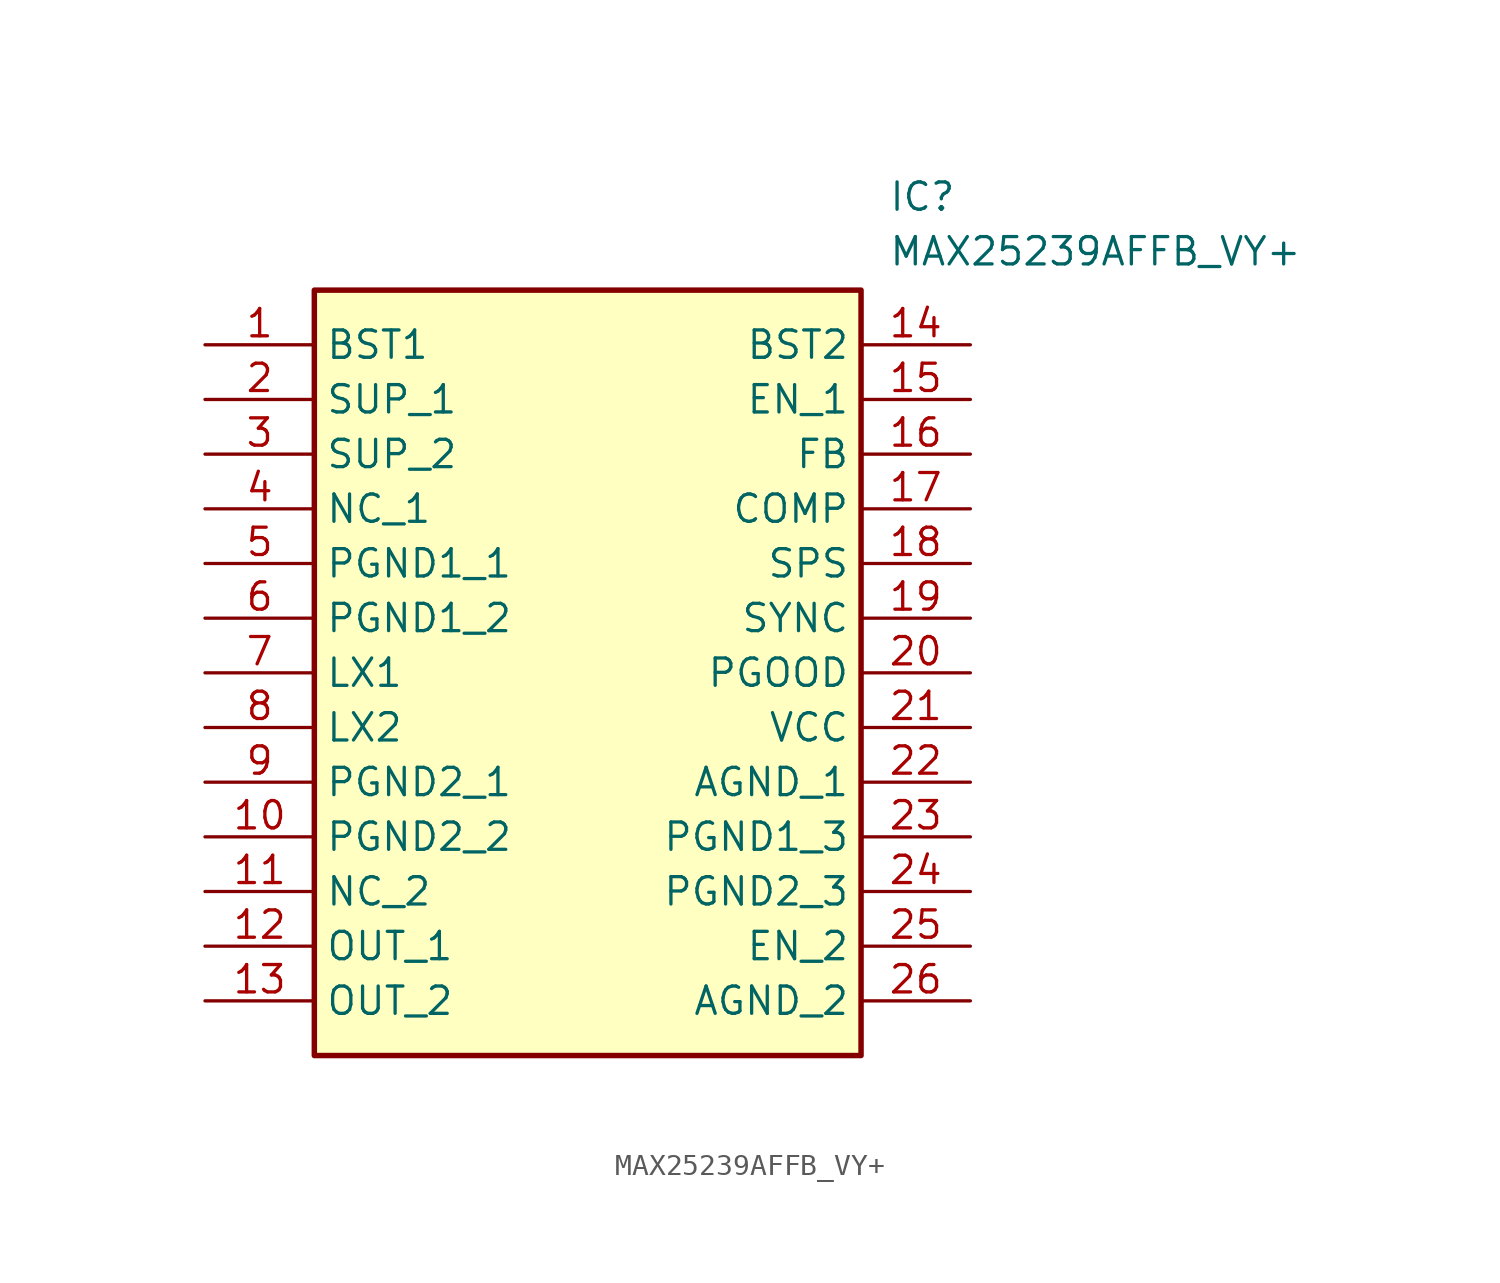
<source format=kicad_sym>
(kicad_symbol_lib
  (version 20211014)
  (generator SamacSys_ECAD_Model)
  (symbol "MAX25239AFFB_VY+"
    (property "Reference" "IC"
      (at 31.75 7.62 0)
      (effects (font (size 1.27 1.27)) (justify left top)))
    (property "Value" "MAX25239AFFB_VY+"
      (at 31.75 5.08 0)
      (effects (font (size 1.27 1.27)) (justify left top)))
    (rectangle
      (start 5.08 2.54)
      (end 30.48 -33.02)
      (stroke (width 0.254) (type default))
      (fill (type background)))
    (pin passive line
      (at 0 0 0)
      (length 5.08)
      (name "BST1" (effects (font (size 1.27 1.27))))
      (number "1" (effects (font (size 1.27 1.27)))))
    (pin passive line
      (at 0 -2.54 0)
      (length 5.08)
      (name "SUP_1" (effects (font (size 1.27 1.27))))
      (number "2" (effects (font (size 1.27 1.27)))))
    (pin passive line
      (at 0 -5.08 0)
      (length 5.08)
      (name "SUP_2" (effects (font (size 1.27 1.27))))
      (number "3" (effects (font (size 1.27 1.27)))))
    (pin passive line
      (at 0 -7.62 0)
      (length 5.08)
      (name "NC_1" (effects (font (size 1.27 1.27))))
      (number "4" (effects (font (size 1.27 1.27)))))
    (pin passive line
      (at 0 -10.16 0)
      (length 5.08)
      (name "PGND1_1" (effects (font (size 1.27 1.27))))
      (number "5" (effects (font (size 1.27 1.27)))))
    (pin passive line
      (at 0 -12.7 0)
      (length 5.08)
      (name "PGND1_2" (effects (font (size 1.27 1.27))))
      (number "6" (effects (font (size 1.27 1.27)))))
    (pin passive line
      (at 0 -15.24 0)
      (length 5.08)
      (name "LX1" (effects (font (size 1.27 1.27))))
      (number "7" (effects (font (size 1.27 1.27)))))
    (pin passive line
      (at 0 -17.78 0)
      (length 5.08)
      (name "LX2" (effects (font (size 1.27 1.27))))
      (number "8" (effects (font (size 1.27 1.27)))))
    (pin passive line
      (at 0 -20.32 0)
      (length 5.08)
      (name "PGND2_1" (effects (font (size 1.27 1.27))))
      (number "9" (effects (font (size 1.27 1.27)))))
    (pin passive line
      (at 0 -22.86 0)
      (length 5.08)
      (name "PGND2_2" (effects (font (size 1.27 1.27))))
      (number "10" (effects (font (size 1.27 1.27)))))
    (pin passive line
      (at 0 -25.4 0)
      (length 5.08)
      (name "NC_2" (effects (font (size 1.27 1.27))))
      (number "11" (effects (font (size 1.27 1.27)))))
    (pin passive line
      (at 0 -27.94 0)
      (length 5.08)
      (name "OUT_1" (effects (font (size 1.27 1.27))))
      (number "12" (effects (font (size 1.27 1.27)))))
    (pin passive line
      (at 0 -30.48 0)
      (length 5.08)
      (name "OUT_2" (effects (font (size 1.27 1.27))))
      (number "13" (effects (font (size 1.27 1.27)))))
    (pin passive line
      (at 35.56 0 180)
      (length 5.08)
      (name "BST2" (effects (font (size 1.27 1.27))))
      (number "14" (effects (font (size 1.27 1.27)))))
    (pin passive line
      (at 35.56 -2.54 180)
      (length 5.08)
      (name "EN_1" (effects (font (size 1.27 1.27))))
      (number "15" (effects (font (size 1.27 1.27)))))
    (pin passive line
      (at 35.56 -5.08 180)
      (length 5.08)
      (name "FB" (effects (font (size 1.27 1.27))))
      (number "16" (effects (font (size 1.27 1.27)))))
    (pin passive line
      (at 35.56 -7.62 180)
      (length 5.08)
      (name "COMP" (effects (font (size 1.27 1.27))))
      (number "17" (effects (font (size 1.27 1.27)))))
    (pin passive line
      (at 35.56 -10.16 180)
      (length 5.08)
      (name "SPS" (effects (font (size 1.27 1.27))))
      (number "18" (effects (font (size 1.27 1.27)))))
    (pin passive line
      (at 35.56 -12.7 180)
      (length 5.08)
      (name "SYNC" (effects (font (size 1.27 1.27))))
      (number "19" (effects (font (size 1.27 1.27)))))
    (pin passive line
      (at 35.56 -15.24 180)
      (length 5.08)
      (name "PGOOD" (effects (font (size 1.27 1.27))))
      (number "20" (effects (font (size 1.27 1.27)))))
    (pin passive line
      (at 35.56 -17.78 180)
      (length 5.08)
      (name "VCC" (effects (font (size 1.27 1.27))))
      (number "21" (effects (font (size 1.27 1.27)))))
    (pin passive line
      (at 35.56 -20.32 180)
      (length 5.08)
      (name "AGND_1" (effects (font (size 1.27 1.27))))
      (number "22" (effects (font (size 1.27 1.27)))))
    (pin passive line
      (at 35.56 -22.86 180)
      (length 5.08)
      (name "PGND1_3" (effects (font (size 1.27 1.27))))
      (number "23" (effects (font (size 1.27 1.27)))))
    (pin passive line
      (at 35.56 -25.4 180)
      (length 5.08)
      (name "PGND2_3" (effects (font (size 1.27 1.27))))
      (number "24" (effects (font (size 1.27 1.27)))))
    (pin passive line
      (at 35.56 -27.94 180)
      (length 5.08)
      (name "EN_2" (effects (font (size 1.27 1.27))))
      (number "25" (effects (font (size 1.27 1.27)))))
    (pin passive line
      (at 35.56 -30.48 180)
      (length 5.08)
      (name "AGND_2" (effects (font (size 1.27 1.27))))
      (number "26" (effects (font (size 1.27 1.27)))))))
</source>
